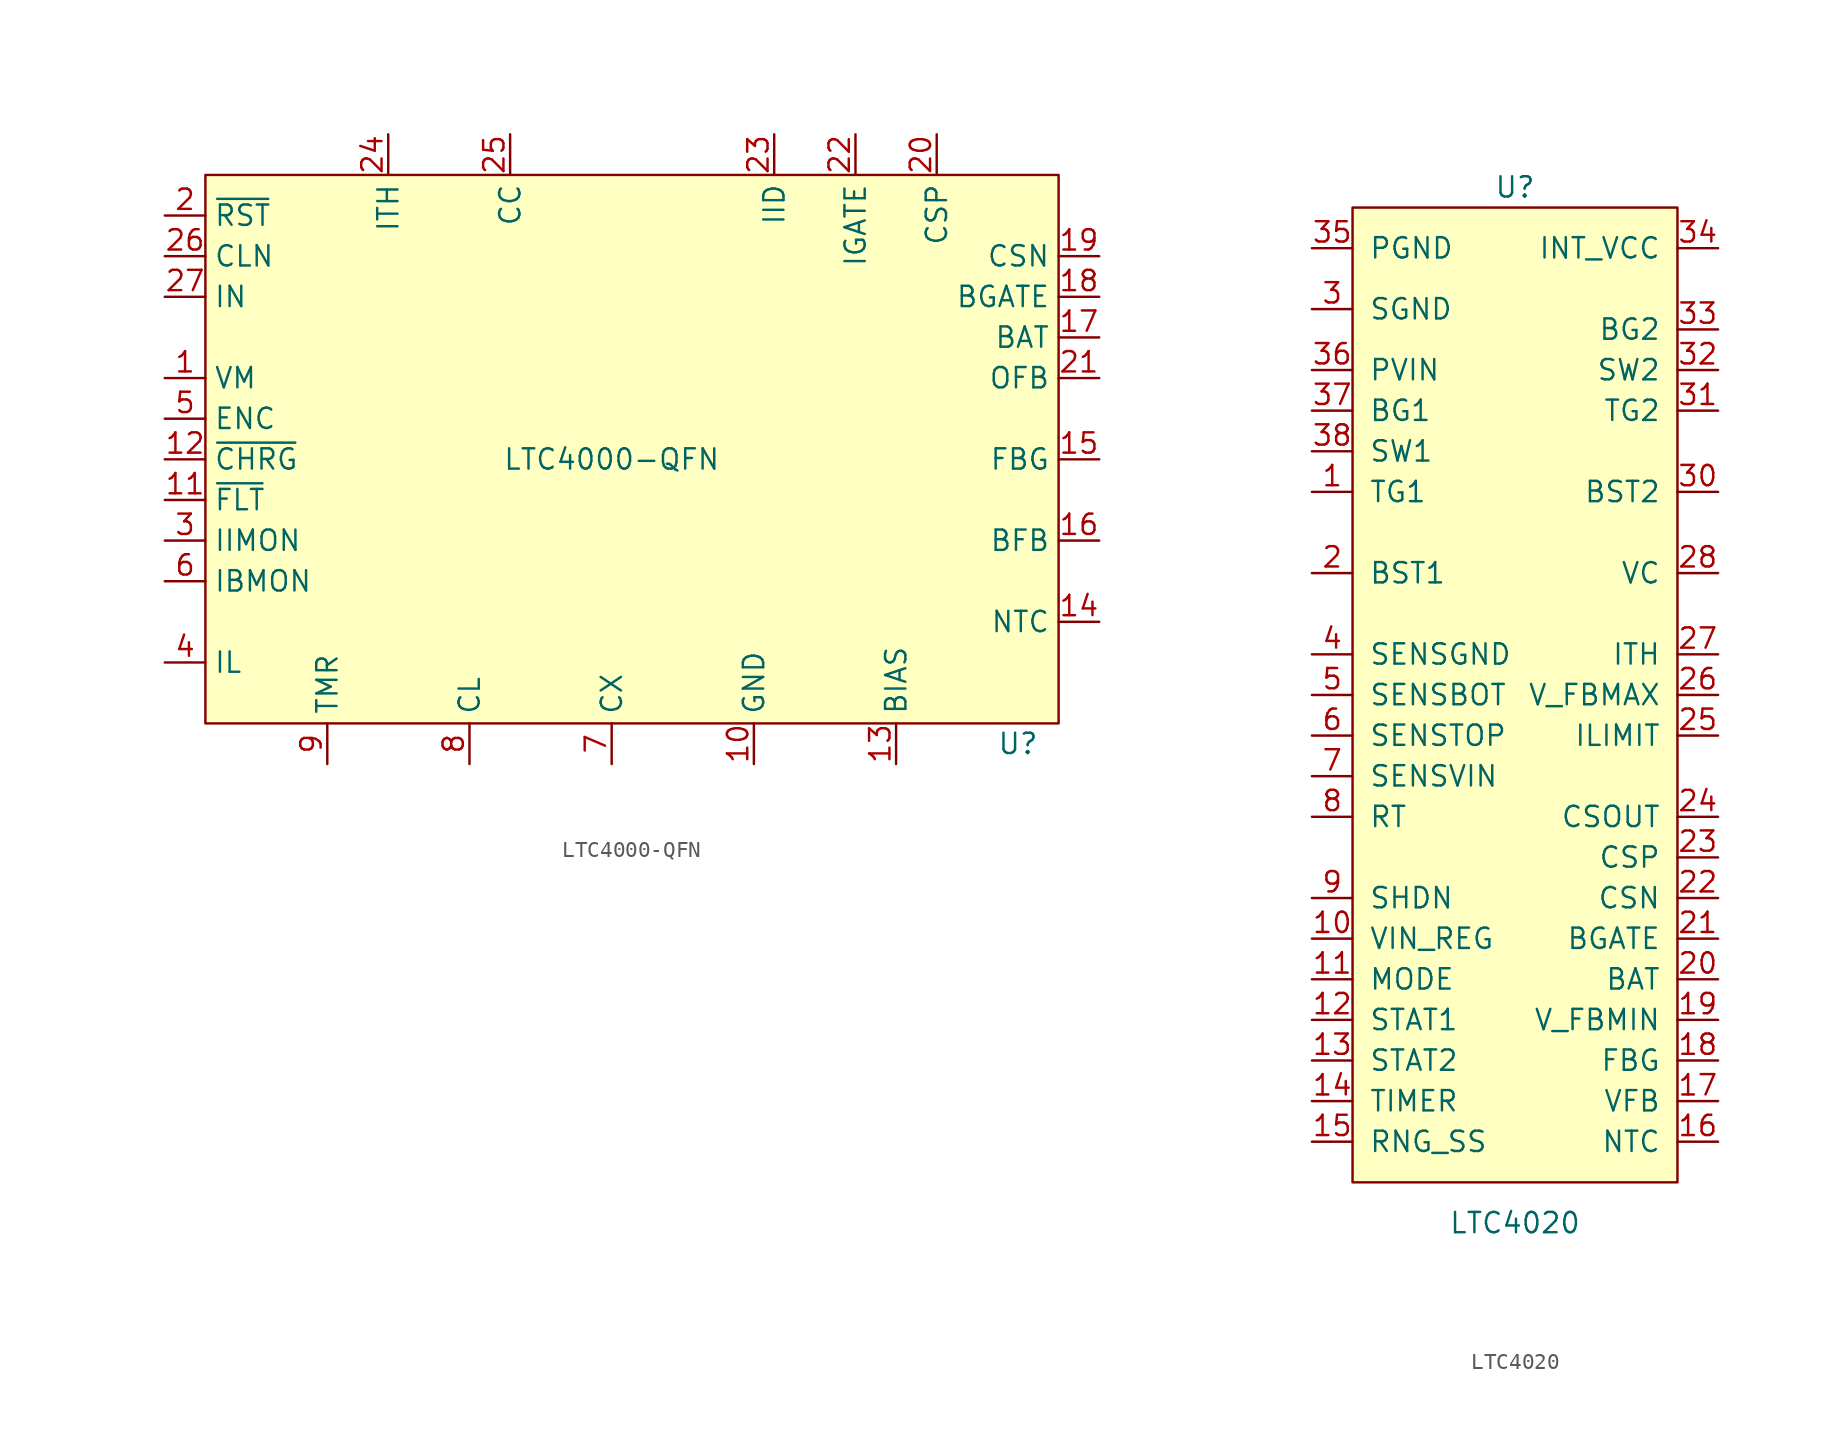
<source format=kicad_sym>
(kicad_symbol_lib
  (version 20220914)
  (generator kicad_symbol_editor)
  (symbol "LTC4000-QFN"
    (property "Reference" "U"
      (at 25.4 -17.78 0)
      (effects (font (size 1.27 1.27))))
    (property "Value" "LTC4000-QFN"
      (at 0 0 0)
      (effects (font (size 1.27 1.27))))
    (symbol "LTC4000-QFN_0_0"
      (pin passive line (at -27.94 5.08 0) (length 2.54) (name "VM" (effects (font (size 1.27 1.27)))) (number "1" (effects (font (size 1.27 1.27)))))
      (pin passive line (at 8.89 -19.05 90) (length 2.54) (name "GND" (effects (font (size 1.27 1.27)))) (number "10" (effects (font (size 1.27 1.27)))))
      (pin passive line (at -27.94 -2.54 0) (length 2.54) (name "~{FLT}" (effects (font (size 1.27 1.27)))) (number "11" (effects (font (size 1.27 1.27)))))
      (pin passive line (at -27.94 0 0) (length 2.54) (name "~{CHRG}" (effects (font (size 1.27 1.27)))) (number "12" (effects (font (size 1.27 1.27)))))
      (pin passive line (at 17.78 -19.05 90) (length 2.54) (name "BIAS" (effects (font (size 1.27 1.27)))) (number "13" (effects (font (size 1.27 1.27)))))
      (pin passive line (at 30.48 -10.16 180) (length 2.54) (name "NTC" (effects (font (size 1.27 1.27)))) (number "14" (effects (font (size 1.27 1.27)))))
      (pin passive line (at 30.48 0 180) (length 2.54) (name "FBG" (effects (font (size 1.27 1.27)))) (number "15" (effects (font (size 1.27 1.27)))))
      (pin passive line (at 30.48 -5.08 180) (length 2.54) (name "BFB" (effects (font (size 1.27 1.27)))) (number "16" (effects (font (size 1.27 1.27)))))
      (pin passive line (at 30.48 7.62 180) (length 2.54) (name "BAT" (effects (font (size 1.27 1.27)))) (number "17" (effects (font (size 1.27 1.27)))))
      (pin passive line (at 30.48 10.16 180) (length 2.54) (name "BGATE" (effects (font (size 1.27 1.27)))) (number "18" (effects (font (size 1.27 1.27)))))
      (pin passive line (at 30.48 12.7 180) (length 2.54) (name "CSN" (effects (font (size 1.27 1.27)))) (number "19" (effects (font (size 1.27 1.27)))))
      (pin passive line (at -27.94 15.24 0) (length 2.54) (name "~{RST}" (effects (font (size 1.27 1.27)))) (number "2" (effects (font (size 1.27 1.27)))))
      (pin passive line (at 20.32 20.32 270) (length 2.54) (name "CSP" (effects (font (size 1.27 1.27)))) (number "20" (effects (font (size 1.27 1.27)))))
      (pin passive line (at 30.48 5.08 180) (length 2.54) (name "OFB" (effects (font (size 1.27 1.27)))) (number "21" (effects (font (size 1.27 1.27)))))
      (pin passive line (at 15.24 20.32 270) (length 2.54) (name "IGATE" (effects (font (size 1.27 1.27)))) (number "22" (effects (font (size 1.27 1.27)))))
      (pin passive line (at 10.16 20.32 270) (length 2.54) (name "IID" (effects (font (size 1.27 1.27)))) (number "23" (effects (font (size 1.27 1.27)))))
      (pin passive line (at -13.97 20.32 270) (length 2.54) (name "ITH" (effects (font (size 1.27 1.27)))) (number "24" (effects (font (size 1.27 1.27)))))
      (pin passive line (at -6.35 20.32 270) (length 2.54) (name "CC" (effects (font (size 1.27 1.27)))) (number "25" (effects (font (size 1.27 1.27)))))
      (pin passive line (at -27.94 12.7 0) (length 2.54) (name "CLN" (effects (font (size 1.27 1.27)))) (number "26" (effects (font (size 1.27 1.27)))))
      (pin passive line (at -27.94 10.16 0) (length 2.54) (name "IN" (effects (font (size 1.27 1.27)))) (number "27" (effects (font (size 1.27 1.27)))))
      (pin passive line (at 8.89 -19.05 90) (length 2.54) hide (name "GND" (effects (font (size 1.27 1.27)))) (number "28" (effects (font (size 1.27 1.27)))))
      (pin passive line (at 8.89 -19.05 90) (length 2.54) hide (name "GND" (effects (font (size 1.27 1.27)))) (number "29" (effects (font (size 1.27 1.27)))))
      (pin passive line (at -27.94 -5.08 0) (length 2.54) (name "IIMON" (effects (font (size 1.27 1.27)))) (number "3" (effects (font (size 1.27 1.27)))))
      (pin passive line (at -27.94 -12.7 0) (length 2.54) (name "IL" (effects (font (size 1.27 1.27)))) (number "4" (effects (font (size 1.27 1.27)))))
      (pin passive line (at -27.94 2.54 0) (length 2.54) (name "ENC" (effects (font (size 1.27 1.27)))) (number "5" (effects (font (size 1.27 1.27)))))
      (pin passive line (at -27.94 -7.62 0) (length 2.54) (name "IBMON" (effects (font (size 1.27 1.27)))) (number "6" (effects (font (size 1.27 1.27)))))
      (pin passive line (at 0 -19.05 90) (length 2.54) (name "CX" (effects (font (size 1.27 1.27)))) (number "7" (effects (font (size 1.27 1.27)))))
      (pin passive line (at -8.89 -19.05 90) (length 2.54) (name "CL" (effects (font (size 1.27 1.27)))) (number "8" (effects (font (size 1.27 1.27)))))
      (pin passive line (at -17.78 -19.05 90) (length 2.54) (name "TMR" (effects (font (size 1.27 1.27)))) (number "9" (effects (font (size 1.27 1.27))))))
    (symbol "LTC4000-QFN_0_1"
      (rectangle (start -25.4 17.78) (end 27.94 -16.51) (stroke (width 0.152) (type default)) (fill (type background)))))
  (symbol "LTC4020"
    (pin_names
      (offset 1.016))
    (property "Reference" "U"
      (at 0 49.53 0)
      (effects (font (size 1.27 1.27))))
    (property "Value" "LTC4020"
      (at 0 -15.24 0)
      (effects (font (size 1.27 1.27))))
    (symbol "LTC4020_0_1"
      (rectangle (start -10.16 48.26) (end 10.16 -12.7) (stroke (width 0) (type default)) (fill (type background))))
    (symbol "LTC4020_1_1"
      (pin output line (at -12.7 30.48 0) (length 2.54) (name "TG1" (effects (font (size 1.27 1.27)))) (number "1" (effects (font (size 1.27 1.27)))))
      (pin input line (at -12.7 2.54 0) (length 2.54) (name "VIN_REG" (effects (font (size 1.27 1.27)))) (number "10" (effects (font (size 1.27 1.27)))))
      (pin input line (at -12.7 0 0) (length 2.54) (name "MODE" (effects (font (size 1.27 1.27)))) (number "11" (effects (font (size 1.27 1.27)))))
      (pin open_collector line (at -12.7 -2.54 0) (length 2.54) (name "STAT1" (effects (font (size 1.27 1.27)))) (number "12" (effects (font (size 1.27 1.27)))))
      (pin open_collector line (at -12.7 -5.08 0) (length 2.54) (name "STAT2" (effects (font (size 1.27 1.27)))) (number "13" (effects (font (size 1.27 1.27)))))
      (pin input line (at -12.7 -7.62 0) (length 2.54) (name "TIMER" (effects (font (size 1.27 1.27)))) (number "14" (effects (font (size 1.27 1.27)))))
      (pin input line (at -12.7 -10.16 0) (length 2.54) (name "RNG_SS" (effects (font (size 1.27 1.27)))) (number "15" (effects (font (size 1.27 1.27)))))
      (pin input line (at 12.7 -10.16 180) (length 2.54) (name "NTC" (effects (font (size 1.27 1.27)))) (number "16" (effects (font (size 1.27 1.27)))))
      (pin input line (at 12.7 -7.62 180) (length 2.54) (name "VFB" (effects (font (size 1.27 1.27)))) (number "17" (effects (font (size 1.27 1.27)))))
      (pin passive line (at 12.7 -5.08 180) (length 2.54) (name "FBG" (effects (font (size 1.27 1.27)))) (number "18" (effects (font (size 1.27 1.27)))))
      (pin input line (at 12.7 -2.54 180) (length 2.54) (name "V_FBMIN" (effects (font (size 1.27 1.27)))) (number "19" (effects (font (size 1.27 1.27)))))
      (pin passive line (at -12.7 25.4 0) (length 2.54) (name "BST1" (effects (font (size 1.27 1.27)))) (number "2" (effects (font (size 1.27 1.27)))))
      (pin input line (at 12.7 0 180) (length 2.54) (name "BAT" (effects (font (size 1.27 1.27)))) (number "20" (effects (font (size 1.27 1.27)))))
      (pin output line (at 12.7 2.54 180) (length 2.54) (name "BGATE" (effects (font (size 1.27 1.27)))) (number "21" (effects (font (size 1.27 1.27)))))
      (pin input line (at 12.7 5.08 180) (length 2.54) (name "CSN" (effects (font (size 1.27 1.27)))) (number "22" (effects (font (size 1.27 1.27)))))
      (pin input line (at 12.7 7.62 180) (length 2.54) (name "CSP" (effects (font (size 1.27 1.27)))) (number "23" (effects (font (size 1.27 1.27)))))
      (pin output line (at 12.7 10.16 180) (length 2.54) (name "CSOUT" (effects (font (size 1.27 1.27)))) (number "24" (effects (font (size 1.27 1.27)))))
      (pin input line (at 12.7 15.24 180) (length 2.54) (name "ILIMIT" (effects (font (size 1.27 1.27)))) (number "25" (effects (font (size 1.27 1.27)))))
      (pin input line (at 12.7 17.78 180) (length 2.54) (name "V_FBMAX" (effects (font (size 1.27 1.27)))) (number "26" (effects (font (size 1.27 1.27)))))
      (pin passive line (at 12.7 20.32 180) (length 2.54) (name "ITH" (effects (font (size 1.27 1.27)))) (number "27" (effects (font (size 1.27 1.27)))))
      (pin passive line (at 12.7 25.4 180) (length 2.54) (name "VC" (effects (font (size 1.27 1.27)))) (number "28" (effects (font (size 1.27 1.27)))))
      (pin passive line (at -12.7 41.91 0) (length 2.54) hide (name "SGND" (effects (font (size 1.27 1.27)))) (number "29" (effects (font (size 1.27 1.27)))))
      (pin passive line (at -12.7 41.91 0) (length 2.54) (name "SGND" (effects (font (size 1.27 1.27)))) (number "3" (effects (font (size 1.27 1.27)))))
      (pin passive line (at 12.7 30.48 180) (length 2.54) (name "BST2" (effects (font (size 1.27 1.27)))) (number "30" (effects (font (size 1.27 1.27)))))
      (pin output line (at 12.7 35.56 180) (length 2.54) (name "TG2" (effects (font (size 1.27 1.27)))) (number "31" (effects (font (size 1.27 1.27)))))
      (pin passive line (at 12.7 38.1 180) (length 2.54) (name "SW2" (effects (font (size 1.27 1.27)))) (number "32" (effects (font (size 1.27 1.27)))))
      (pin output line (at 12.7 40.64 180) (length 2.54) (name "BG2" (effects (font (size 1.27 1.27)))) (number "33" (effects (font (size 1.27 1.27)))))
      (pin passive line (at 12.7 45.72 180) (length 2.54) (name "INT_VCC" (effects (font (size 1.27 1.27)))) (number "34" (effects (font (size 1.27 1.27)))))
      (pin passive line (at -12.7 45.72 0) (length 2.54) (name "PGND" (effects (font (size 1.27 1.27)))) (number "35" (effects (font (size 1.27 1.27)))))
      (pin power_in line (at -12.7 38.1 0) (length 2.54) (name "PVIN" (effects (font (size 1.27 1.27)))) (number "36" (effects (font (size 1.27 1.27)))))
      (pin output line (at -12.7 35.56 0) (length 2.54) (name "BG1" (effects (font (size 1.27 1.27)))) (number "37" (effects (font (size 1.27 1.27)))))
      (pin passive line (at -12.7 33.02 0) (length 2.54) (name "SW1" (effects (font (size 1.27 1.27)))) (number "38" (effects (font (size 1.27 1.27)))))
      (pin passive line (at -12.7 41.91 0) (length 2.54) hide (name "SGND" (effects (font (size 1.27 1.27)))) (number "39" (effects (font (size 1.27 1.27)))))
      (pin input line (at -12.7 20.32 0) (length 2.54) (name "SENSGND" (effects (font (size 1.27 1.27)))) (number "4" (effects (font (size 1.27 1.27)))))
      (pin input line (at -12.7 17.78 0) (length 2.54) (name "SENSBOT" (effects (font (size 1.27 1.27)))) (number "5" (effects (font (size 1.27 1.27)))))
      (pin input line (at -12.7 15.24 0) (length 2.54) (name "SENSTOP" (effects (font (size 1.27 1.27)))) (number "6" (effects (font (size 1.27 1.27)))))
      (pin input line (at -12.7 12.7 0) (length 2.54) (name "SENSVIN" (effects (font (size 1.27 1.27)))) (number "7" (effects (font (size 1.27 1.27)))))
      (pin input line (at -12.7 10.16 0) (length 2.54) (name "RT" (effects (font (size 1.27 1.27)))) (number "8" (effects (font (size 1.27 1.27)))))
      (pin input line (at -12.7 5.08 0) (length 2.54) (name "SHDN" (effects (font (size 1.27 1.27)))) (number "9" (effects (font (size 1.27 1.27))))))))
</source>
